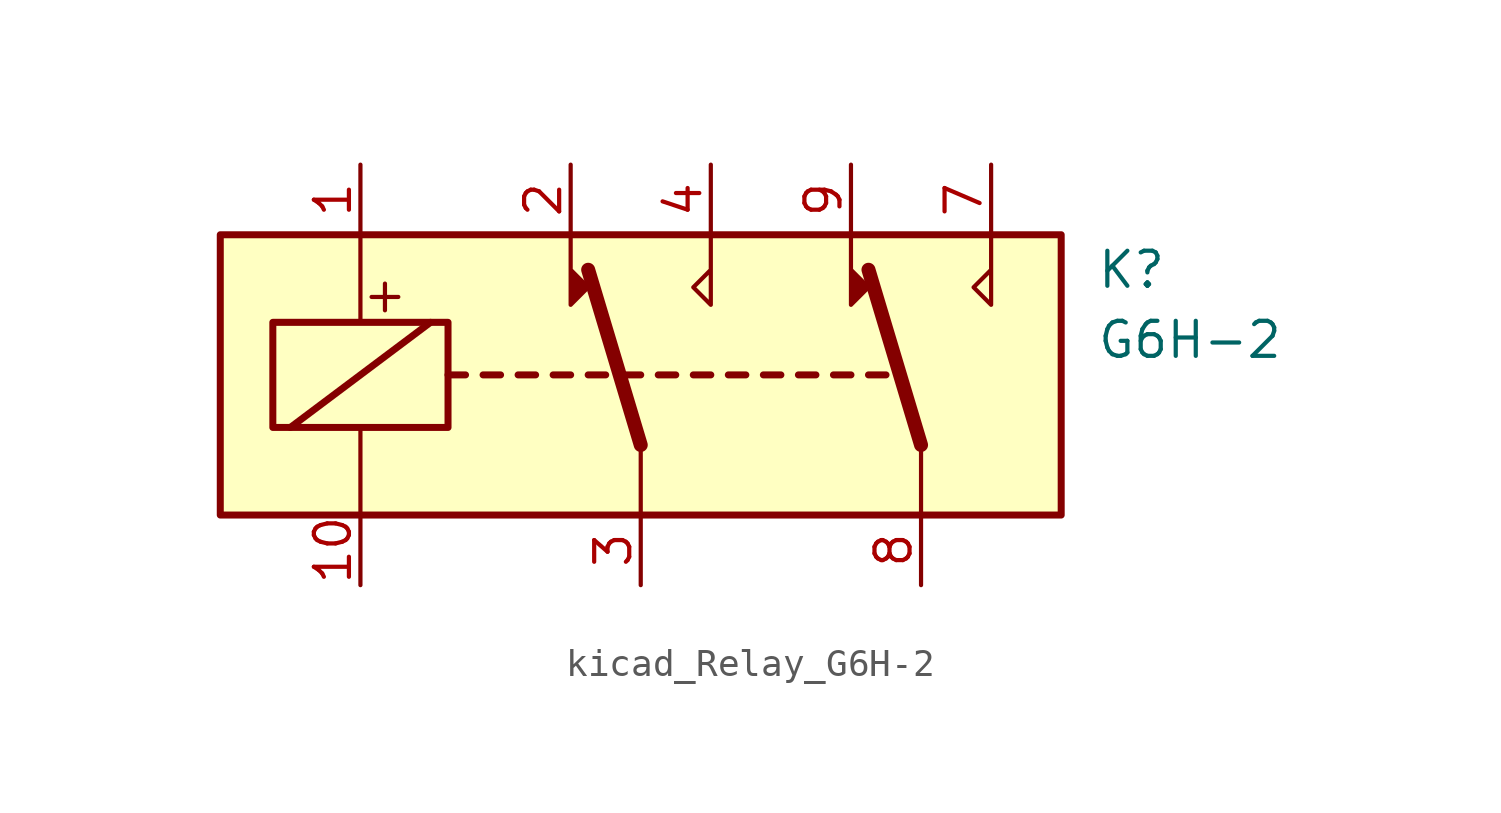
<source format=kicad_sym>
(kicad_symbol_lib
  (version 20220914)
  (generator kicad_symbol_editor)
  (symbol "kicad_Relay_G6H-2"
    (property "Reference" "K"
      (at 16.51 3.81 0)
      (effects (font (size 1.27 1.27)) (justify left)))
    (property "Value" "G6H-2"
      (at 16.51 1.27 0)
      (effects (font (size 1.27 1.27)) (justify left)))
    (symbol "kicad_Relay_G6H-2_0_0"
      (text "+" (at -9.271 2.921 0) (effects (font (size 1.27 1.27)))))
    (symbol "kicad_Relay_G6H-2_0_1"
      (rectangle (start -15.24 5.08) (end 15.24 -5.08) (stroke (width 0.254) (type default)) (fill (type background)))
      (rectangle (start -13.335 1.905) (end -6.985 -1.905) (stroke (width 0.254) (type default)) (fill (type none)))
      (polyline (pts (xy -12.7 -1.905) (xy -7.62 1.905)) (stroke (width 0.254) (type default)) (fill (type none)))
      (polyline (pts (xy -10.16 -5.08) (xy -10.16 -1.905)) (stroke (width 0) (type default)) (fill (type none)))
      (polyline (pts (xy -10.16 5.08) (xy -10.16 1.905)) (stroke (width 0) (type default)) (fill (type none)))
      (polyline (pts (xy -6.985 0) (xy -6.35 0)) (stroke (width 0.254) (type default)) (fill (type none)))
      (polyline (pts (xy -5.715 0) (xy -5.08 0)) (stroke (width 0.254) (type default)) (fill (type none)))
      (polyline (pts (xy -4.445 0) (xy -3.81 0)) (stroke (width 0.254) (type default)) (fill (type none)))
      (polyline (pts (xy -3.175 0) (xy -2.54 0)) (stroke (width 0.254) (type default)) (fill (type none)))
      (polyline (pts (xy -1.905 0) (xy -1.27 0)) (stroke (width 0.254) (type default)) (fill (type none)))
      (polyline (pts (xy -0.635 0) (xy 0 0)) (stroke (width 0.254) (type default)) (fill (type none)))
      (polyline (pts (xy 0 -2.54) (xy -1.905 3.81)) (stroke (width 0.508) (type default)) (fill (type none)))
      (polyline (pts (xy 0 -2.54) (xy 0 -5.08)) (stroke (width 0) (type default)) (fill (type none)))
      (polyline (pts (xy 0.635 0) (xy 1.27 0)) (stroke (width 0.254) (type default)) (fill (type none)))
      (polyline (pts (xy 1.905 0) (xy 2.54 0)) (stroke (width 0.254) (type default)) (fill (type none)))
      (polyline (pts (xy 3.175 0) (xy 3.81 0)) (stroke (width 0.254) (type default)) (fill (type none)))
      (polyline (pts (xy 4.445 0) (xy 5.08 0)) (stroke (width 0.254) (type default)) (fill (type none)))
      (polyline (pts (xy 5.715 0) (xy 6.35 0)) (stroke (width 0.254) (type default)) (fill (type none)))
      (polyline (pts (xy 6.985 0) (xy 7.62 0)) (stroke (width 0.254) (type default)) (fill (type none)))
      (polyline (pts (xy 8.255 0) (xy 8.89 0)) (stroke (width 0.254) (type default)) (fill (type none)))
      (polyline (pts (xy 10.16 -2.54) (xy 8.255 3.81)) (stroke (width 0.508) (type default)) (fill (type none)))
      (polyline (pts (xy 10.16 -2.54) (xy 10.16 -5.08)) (stroke (width 0) (type default)) (fill (type none)))
      (polyline (pts (xy -2.54 5.08) (xy -2.54 2.54) (xy -1.905 3.175) (xy -2.54 3.81)) (stroke (width 0) (type default)) (fill (type outline)))
      (polyline (pts (xy 2.54 5.08) (xy 2.54 2.54) (xy 1.905 3.175) (xy 2.54 3.81)) (stroke (width 0) (type default)) (fill (type none)))
      (polyline (pts (xy 7.62 5.08) (xy 7.62 2.54) (xy 8.255 3.175) (xy 7.62 3.81)) (stroke (width 0) (type default)) (fill (type outline)))
      (polyline (pts (xy 12.7 5.08) (xy 12.7 2.54) (xy 12.065 3.175) (xy 12.7 3.81)) (stroke (width 0) (type default)) (fill (type none))))
    (symbol "kicad_Relay_G6H-2_1_1"
      (pin passive line (at -10.16 7.62 270) (length 2.54) (name "~" (effects (font (size 1.27 1.27)))) (number "1" (effects (font (size 1.27 1.27)))))
      (pin passive line (at -10.16 -7.62 90) (length 2.54) (name "~" (effects (font (size 1.27 1.27)))) (number "10" (effects (font (size 1.27 1.27)))))
      (pin passive line (at -2.54 7.62 270) (length 2.54) (name "~" (effects (font (size 1.27 1.27)))) (number "2" (effects (font (size 1.27 1.27)))))
      (pin passive line (at 0 -7.62 90) (length 2.54) (name "~" (effects (font (size 1.27 1.27)))) (number "3" (effects (font (size 1.27 1.27)))))
      (pin passive line (at 2.54 7.62 270) (length 2.54) (name "~" (effects (font (size 1.27 1.27)))) (number "4" (effects (font (size 1.27 1.27)))))
      (pin no_connect line (at 5.08 -5.08 90) (length 2.54) hide (name "NC" (effects (font (size 1.27 1.27)))) (number "5" (effects (font (size 1.27 1.27)))))
      (pin no_connect line (at 2.54 -5.08 90) (length 2.54) hide (name "NC" (effects (font (size 1.27 1.27)))) (number "6" (effects (font (size 1.27 1.27)))))
      (pin passive line (at 12.7 7.62 270) (length 2.54) (name "~" (effects (font (size 1.27 1.27)))) (number "7" (effects (font (size 1.27 1.27)))))
      (pin passive line (at 10.16 -7.62 90) (length 2.54) (name "~" (effects (font (size 1.27 1.27)))) (number "8" (effects (font (size 1.27 1.27)))))
      (pin passive line (at 7.62 7.62 270) (length 2.54) (name "~" (effects (font (size 1.27 1.27)))) (number "9" (effects (font (size 1.27 1.27))))))))
</source>
